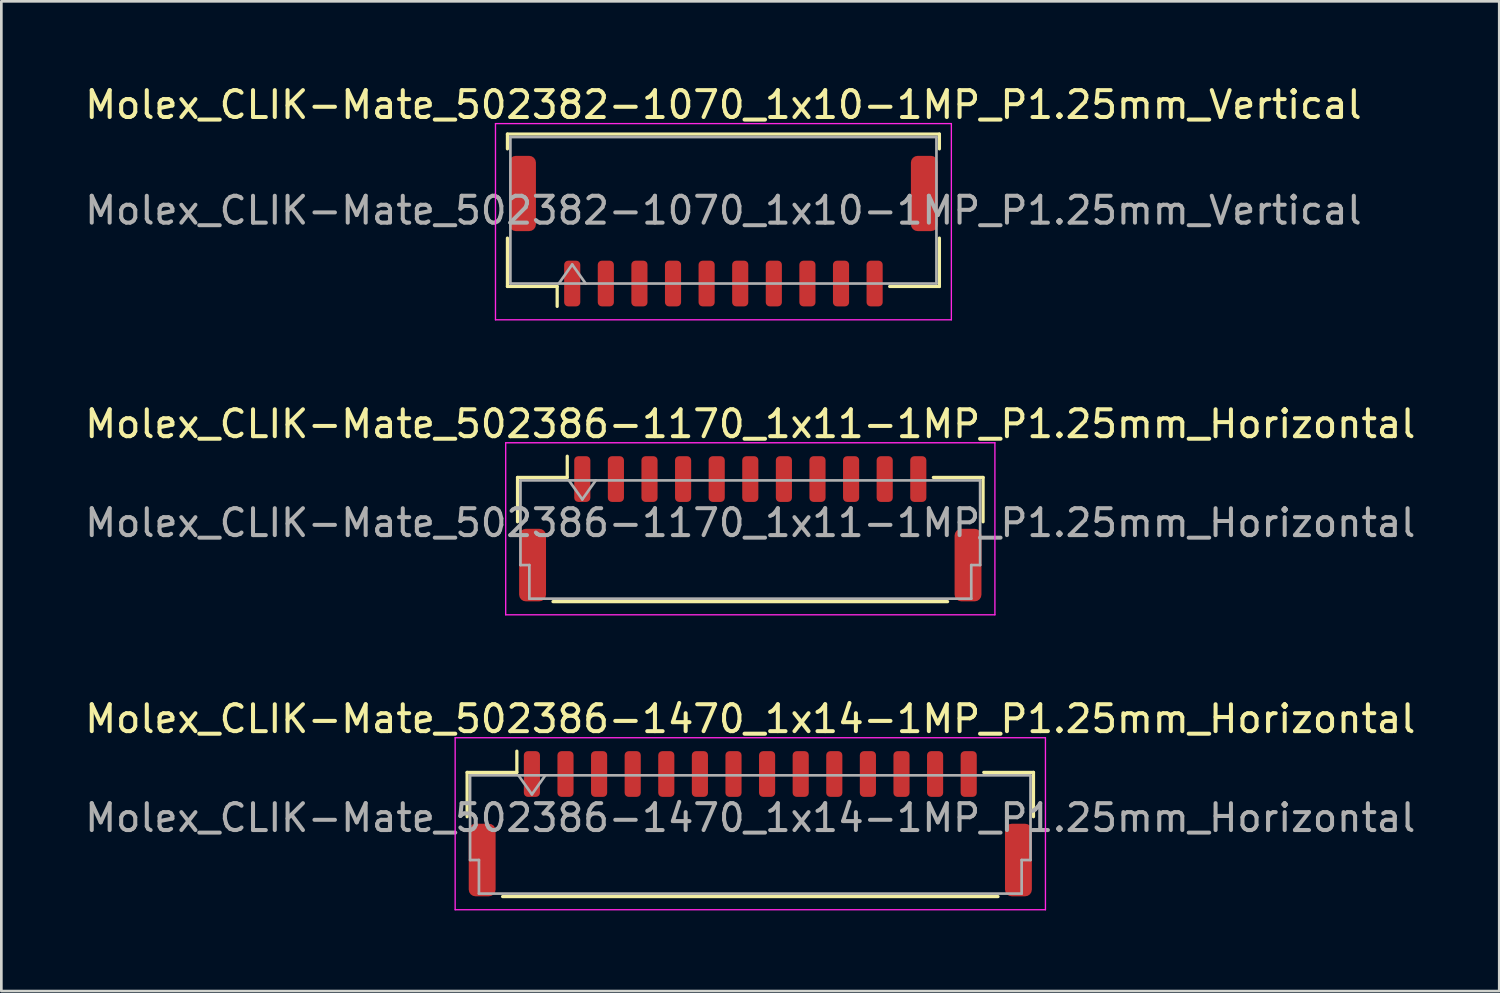
<source format=kicad_pcb>
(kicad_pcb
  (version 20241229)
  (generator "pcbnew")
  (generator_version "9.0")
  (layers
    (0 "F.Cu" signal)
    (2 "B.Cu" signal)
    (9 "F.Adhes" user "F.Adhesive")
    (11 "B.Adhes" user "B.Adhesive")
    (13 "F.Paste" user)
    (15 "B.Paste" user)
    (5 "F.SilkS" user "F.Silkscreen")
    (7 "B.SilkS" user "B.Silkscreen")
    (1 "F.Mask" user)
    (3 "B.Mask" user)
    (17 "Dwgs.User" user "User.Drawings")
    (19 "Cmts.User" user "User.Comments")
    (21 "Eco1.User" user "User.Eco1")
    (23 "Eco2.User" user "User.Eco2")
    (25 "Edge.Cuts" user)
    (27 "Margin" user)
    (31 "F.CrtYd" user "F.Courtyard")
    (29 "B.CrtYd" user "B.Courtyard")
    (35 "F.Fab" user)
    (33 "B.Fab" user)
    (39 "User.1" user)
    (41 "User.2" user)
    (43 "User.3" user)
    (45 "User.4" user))
  (footprint "Molex_CLIK-Mate_502382-1070_1x10-1MP_P1.25mm_Vertical"
    (layer "F.Cu")
    (at 23.863 5.548)
    (property "Reference" "Molex_CLIK-Mate_502382-1070_1x10-1MP_P1.25mm_Vertical" (at 0 -4.7 0) (layer "F.SilkS") (effects (font (size 1 1) (thickness 0.15))))
    (attr smd)
    (fp_line (start -8.035 -3.61) (end 8.035 -3.61) (stroke (width 0.12) (type solid)) (layer "F.SilkS"))
    (fp_line (start -8.035 -3.06) (end -8.035 -3.61) (stroke (width 0.12) (type solid)) (layer "F.SilkS"))
    (fp_line (start -8.035 0.26) (end -8.035 2.06) (stroke (width 0.12) (type solid)) (layer "F.SilkS"))
    (fp_line (start -8.035 2.06) (end -6.185 2.06) (stroke (width 0.12) (type solid)) (layer "F.SilkS"))
    (fp_line (start -6.185 2.06) (end -6.185 2.8) (stroke (width 0.12) (type solid)) (layer "F.SilkS"))
    (fp_line (start 8.035 -3.61) (end 8.035 -3.06) (stroke (width 0.12) (type solid)) (layer "F.SilkS"))
    (fp_line (start 8.035 0.26) (end 8.035 2.06) (stroke (width 0.12) (type solid)) (layer "F.SilkS"))
    (fp_line (start 8.035 2.06) (end 6.185 2.06) (stroke (width 0.12) (type solid)) (layer "F.SilkS"))
    (fp_line (start -8.48 -4) (end -8.48 3.3) (stroke (width 0.05) (type solid)) (layer "F.CrtYd"))
    (fp_line (start -8.48 3.3) (end 8.48 3.3) (stroke (width 0.05) (type solid)) (layer "F.CrtYd"))
    (fp_line (start 8.48 -4) (end -8.48 -4) (stroke (width 0.05) (type solid)) (layer "F.CrtYd"))
    (fp_line (start 8.48 3.3) (end 8.48 -4) (stroke (width 0.05) (type solid)) (layer "F.CrtYd"))
    (fp_line (start -7.925 -3.5) (end 7.925 -3.5) (stroke (width 0.1) (type solid)) (layer "F.Fab"))
    (fp_line (start -7.925 1.95) (end -7.925 -3.5) (stroke (width 0.1) (type solid)) (layer "F.Fab"))
    (fp_line (start -7.925 1.95) (end 7.925 1.95) (stroke (width 0.1) (type solid)) (layer "F.Fab"))
    (fp_line (start -6.125 1.95) (end -5.625 1.243) (stroke (width 0.1) (type solid)) (layer "F.Fab"))
    (fp_line (start -5.625 1.243) (end -5.125 1.95) (stroke (width 0.1) (type solid)) (layer "F.Fab"))
    (fp_line (start 7.925 1.95) (end 7.925 -3.5) (stroke (width 0.1) (type solid)) (layer "F.Fab"))
    (fp_text user "${REFERENCE}" (at 0 -0.77 0) (layer "F.Fab") (effects (font (size 1 1) (thickness 0.15))))
    (pad "1" smd roundrect (at -5.625 1.95) (size 0.6 1.7) (layers "F.Cu" "F.Mask" "F.Paste") (roundrect_rratio 0.25))
    (pad "2" smd roundrect (at -4.375 1.95) (size 0.6 1.7) (layers "F.Cu" "F.Mask" "F.Paste") (roundrect_rratio 0.25))
    (pad "3" smd roundrect (at -3.125 1.95) (size 0.6 1.7) (layers "F.Cu" "F.Mask" "F.Paste") (roundrect_rratio 0.25))
    (pad "4" smd roundrect (at -1.875 1.95) (size 0.6 1.7) (layers "F.Cu" "F.Mask" "F.Paste") (roundrect_rratio 0.25))
    (pad "5" smd roundrect (at -0.625 1.95) (size 0.6 1.7) (layers "F.Cu" "F.Mask" "F.Paste") (roundrect_rratio 0.25))
    (pad "6" smd roundrect (at 0.625 1.95) (size 0.6 1.7) (layers "F.Cu" "F.Mask" "F.Paste") (roundrect_rratio 0.25))
    (pad "7" smd roundrect (at 1.875 1.95) (size 0.6 1.7) (layers "F.Cu" "F.Mask" "F.Paste") (roundrect_rratio 0.25))
    (pad "8" smd roundrect (at 3.125 1.95) (size 0.6 1.7) (layers "F.Cu" "F.Mask" "F.Paste") (roundrect_rratio 0.25))
    (pad "9" smd roundrect (at 4.375 1.95) (size 0.6 1.7) (layers "F.Cu" "F.Mask" "F.Paste") (roundrect_rratio 0.25))
    (pad "10" smd roundrect (at 5.625 1.95) (size 0.6 1.7) (layers "F.Cu" "F.Mask" "F.Paste") (roundrect_rratio 0.25))
    (pad "MP" smd roundrect (at -7.475 -1.4) (size 1 2.8) (layers "F.Cu" "F.Mask" "F.Paste") (roundrect_rratio 0.25))
    (pad "MP" smd roundrect (at 7.475 -1.4) (size 1 2.8) (layers "F.Cu" "F.Mask" "F.Paste") (roundrect_rratio 0.25)))
  (footprint "Molex_CLIK-Mate_502386-1170_1x11-1MP_P1.25mm_Horizontal"
    (layer "F.Cu")
    (at 24.863 16.622)
    (property "Reference" "Molex_CLIK-Mate_502386-1170_1x11-1MP_P1.25mm_Horizontal" (at 0 -3.9 0) (layer "F.SilkS") (effects (font (size 1 1) (thickness 0.15))))
    (attr smd)
    (fp_line (start -8.66 -1.91) (end -6.81 -1.91) (stroke (width 0.12) (type solid)) (layer "F.SilkS"))
    (fp_line (start -8.66 -0.26) (end -8.66 -1.91) (stroke (width 0.12) (type solid)) (layer "F.SilkS"))
    (fp_line (start -7.34 2.71) (end 7.34 2.71) (stroke (width 0.12) (type solid)) (layer "F.SilkS"))
    (fp_line (start -6.81 -1.91) (end -6.81 -2.7) (stroke (width 0.12) (type solid)) (layer "F.SilkS"))
    (fp_line (start 8.66 -1.91) (end 6.81 -1.91) (stroke (width 0.12) (type solid)) (layer "F.SilkS"))
    (fp_line (start 8.66 -0.26) (end 8.66 -1.91) (stroke (width 0.12) (type solid)) (layer "F.SilkS"))
    (fp_line (start -9.1 -3.2) (end -9.1 3.2) (stroke (width 0.05) (type solid)) (layer "F.CrtYd"))
    (fp_line (start -9.1 3.2) (end 9.1 3.2) (stroke (width 0.05) (type solid)) (layer "F.CrtYd"))
    (fp_line (start 9.1 -3.2) (end -9.1 -3.2) (stroke (width 0.05) (type solid)) (layer "F.CrtYd"))
    (fp_line (start 9.1 3.2) (end 9.1 -3.2) (stroke (width 0.05) (type solid)) (layer "F.CrtYd"))
    (fp_line (start -8.55 -1.8) (end -8.55 1.35) (stroke (width 0.1) (type solid)) (layer "F.Fab"))
    (fp_line (start -8.55 -1.8) (end 8.55 -1.8) (stroke (width 0.1) (type solid)) (layer "F.Fab"))
    (fp_line (start -8.55 1.35) (end -8.22 1.35) (stroke (width 0.1) (type solid)) (layer "F.Fab"))
    (fp_line (start -8.22 1.35) (end -8.22 2.6) (stroke (width 0.1) (type solid)) (layer "F.Fab"))
    (fp_line (start -8.22 2.6) (end 8.22 2.6) (stroke (width 0.1) (type solid)) (layer "F.Fab"))
    (fp_line (start -6.75 -1.8) (end -6.25 -1.093) (stroke (width 0.1) (type solid)) (layer "F.Fab"))
    (fp_line (start -6.25 -1.093) (end -5.75 -1.8) (stroke (width 0.1) (type solid)) (layer "F.Fab"))
    (fp_line (start 8.22 1.35) (end 8.55 1.35) (stroke (width 0.1) (type solid)) (layer "F.Fab"))
    (fp_line (start 8.22 2.6) (end 8.22 1.35) (stroke (width 0.1) (type solid)) (layer "F.Fab"))
    (fp_line (start 8.55 -1.8) (end 8.55 1.35) (stroke (width 0.1) (type solid)) (layer "F.Fab"))
    (fp_text user "${REFERENCE}" (at 0 -0.22 0) (layer "F.Fab") (effects (font (size 1 1) (thickness 0.15))))
    (pad "1" smd roundrect (at -6.25 -1.85) (size 0.6 1.7) (layers "F.Cu" "F.Mask" "F.Paste") (roundrect_rratio 0.25))
    (pad "2" smd roundrect (at -5 -1.85) (size 0.6 1.7) (layers "F.Cu" "F.Mask" "F.Paste") (roundrect_rratio 0.25))
    (pad "3" smd roundrect (at -3.75 -1.85) (size 0.6 1.7) (layers "F.Cu" "F.Mask" "F.Paste") (roundrect_rratio 0.25))
    (pad "4" smd roundrect (at -2.5 -1.85) (size 0.6 1.7) (layers "F.Cu" "F.Mask" "F.Paste") (roundrect_rratio 0.25))
    (pad "5" smd roundrect (at -1.25 -1.85) (size 0.6 1.7) (layers "F.Cu" "F.Mask" "F.Paste") (roundrect_rratio 0.25))
    (pad "6" smd roundrect (at 0 -1.85) (size 0.6 1.7) (layers "F.Cu" "F.Mask" "F.Paste") (roundrect_rratio 0.25))
    (pad "7" smd roundrect (at 1.25 -1.85) (size 0.6 1.7) (layers "F.Cu" "F.Mask" "F.Paste") (roundrect_rratio 0.25))
    (pad "8" smd roundrect (at 2.5 -1.85) (size 0.6 1.7) (layers "F.Cu" "F.Mask" "F.Paste") (roundrect_rratio 0.25))
    (pad "9" smd roundrect (at 3.75 -1.85) (size 0.6 1.7) (layers "F.Cu" "F.Mask" "F.Paste") (roundrect_rratio 0.25))
    (pad "10" smd roundrect (at 5 -1.85) (size 0.6 1.7) (layers "F.Cu" "F.Mask" "F.Paste") (roundrect_rratio 0.25))
    (pad "11" smd roundrect (at 6.25 -1.85) (size 0.6 1.7) (layers "F.Cu" "F.Mask" "F.Paste") (roundrect_rratio 0.25))
    (pad "MP" smd roundrect (at -8.1 1.35) (size 1 2.7) (layers "F.Cu" "F.Mask" "F.Paste") (roundrect_rratio 0.25))
    (pad "MP" smd roundrect (at 8.1 1.35) (size 1 2.7) (layers "F.Cu" "F.Mask" "F.Paste") (roundrect_rratio 0.25)))
  (footprint "Molex_CLIK-Mate_502386-1470_1x14-1MP_P1.25mm_Horizontal"
    (layer "F.Cu")
    (at 24.863 27.595)
    (property "Reference" "Molex_CLIK-Mate_502386-1470_1x14-1MP_P1.25mm_Horizontal" (at 0 -3.9 0) (layer "F.SilkS") (effects (font (size 1 1) (thickness 0.15))))
    (attr smd)
    (fp_line (start -10.535 -1.91) (end -8.685 -1.91) (stroke (width 0.12) (type solid)) (layer "F.SilkS"))
    (fp_line (start -10.535 -0.26) (end -10.535 -1.91) (stroke (width 0.12) (type solid)) (layer "F.SilkS"))
    (fp_line (start -9.215 2.71) (end 9.215 2.71) (stroke (width 0.12) (type solid)) (layer "F.SilkS"))
    (fp_line (start -8.685 -1.91) (end -8.685 -2.7) (stroke (width 0.12) (type solid)) (layer "F.SilkS"))
    (fp_line (start 10.535 -1.91) (end 8.685 -1.91) (stroke (width 0.12) (type solid)) (layer "F.SilkS"))
    (fp_line (start 10.535 -0.26) (end 10.535 -1.91) (stroke (width 0.12) (type solid)) (layer "F.SilkS"))
    (fp_line (start -10.98 -3.2) (end -10.98 3.2) (stroke (width 0.05) (type solid)) (layer "F.CrtYd"))
    (fp_line (start -10.98 3.2) (end 10.98 3.2) (stroke (width 0.05) (type solid)) (layer "F.CrtYd"))
    (fp_line (start 10.98 -3.2) (end -10.98 -3.2) (stroke (width 0.05) (type solid)) (layer "F.CrtYd"))
    (fp_line (start 10.98 3.2) (end 10.98 -3.2) (stroke (width 0.05) (type solid)) (layer "F.CrtYd"))
    (fp_line (start -10.425 -1.8) (end -10.425 1.35) (stroke (width 0.1) (type solid)) (layer "F.Fab"))
    (fp_line (start -10.425 -1.8) (end 10.425 -1.8) (stroke (width 0.1) (type solid)) (layer "F.Fab"))
    (fp_line (start -10.425 1.35) (end -10.095 1.35) (stroke (width 0.1) (type solid)) (layer "F.Fab"))
    (fp_line (start -10.095 1.35) (end -10.095 2.6) (stroke (width 0.1) (type solid)) (layer "F.Fab"))
    (fp_line (start -10.095 2.6) (end 10.095 2.6) (stroke (width 0.1) (type solid)) (layer "F.Fab"))
    (fp_line (start -8.625 -1.8) (end -8.125 -1.093) (stroke (width 0.1) (type solid)) (layer "F.Fab"))
    (fp_line (start -8.125 -1.093) (end -7.625 -1.8) (stroke (width 0.1) (type solid)) (layer "F.Fab"))
    (fp_line (start 10.095 1.35) (end 10.425 1.35) (stroke (width 0.1) (type solid)) (layer "F.Fab"))
    (fp_line (start 10.095 2.6) (end 10.095 1.35) (stroke (width 0.1) (type solid)) (layer "F.Fab"))
    (fp_line (start 10.425 -1.8) (end 10.425 1.35) (stroke (width 0.1) (type solid)) (layer "F.Fab"))
    (fp_text user "${REFERENCE}" (at 0 -0.22 0) (layer "F.Fab") (effects (font (size 1 1) (thickness 0.15))))
    (pad "1" smd roundrect (at -8.125 -1.85) (size 0.6 1.7) (layers "F.Cu" "F.Mask" "F.Paste") (roundrect_rratio 0.25))
    (pad "2" smd roundrect (at -6.875 -1.85) (size 0.6 1.7) (layers "F.Cu" "F.Mask" "F.Paste") (roundrect_rratio 0.25))
    (pad "3" smd roundrect (at -5.625 -1.85) (size 0.6 1.7) (layers "F.Cu" "F.Mask" "F.Paste") (roundrect_rratio 0.25))
    (pad "4" smd roundrect (at -4.375 -1.85) (size 0.6 1.7) (layers "F.Cu" "F.Mask" "F.Paste") (roundrect_rratio 0.25))
    (pad "5" smd roundrect (at -3.125 -1.85) (size 0.6 1.7) (layers "F.Cu" "F.Mask" "F.Paste") (roundrect_rratio 0.25))
    (pad "6" smd roundrect (at -1.875 -1.85) (size 0.6 1.7) (layers "F.Cu" "F.Mask" "F.Paste") (roundrect_rratio 0.25))
    (pad "7" smd roundrect (at -0.625 -1.85) (size 0.6 1.7) (layers "F.Cu" "F.Mask" "F.Paste") (roundrect_rratio 0.25))
    (pad "8" smd roundrect (at 0.625 -1.85) (size 0.6 1.7) (layers "F.Cu" "F.Mask" "F.Paste") (roundrect_rratio 0.25))
    (pad "9" smd roundrect (at 1.875 -1.85) (size 0.6 1.7) (layers "F.Cu" "F.Mask" "F.Paste") (roundrect_rratio 0.25))
    (pad "10" smd roundrect (at 3.125 -1.85) (size 0.6 1.7) (layers "F.Cu" "F.Mask" "F.Paste") (roundrect_rratio 0.25))
    (pad "11" smd roundrect (at 4.375 -1.85) (size 0.6 1.7) (layers "F.Cu" "F.Mask" "F.Paste") (roundrect_rratio 0.25))
    (pad "12" smd roundrect (at 5.625 -1.85) (size 0.6 1.7) (layers "F.Cu" "F.Mask" "F.Paste") (roundrect_rratio 0.25))
    (pad "13" smd roundrect (at 6.875 -1.85) (size 0.6 1.7) (layers "F.Cu" "F.Mask" "F.Paste") (roundrect_rratio 0.25))
    (pad "14" smd roundrect (at 8.125 -1.85) (size 0.6 1.7) (layers "F.Cu" "F.Mask" "F.Paste") (roundrect_rratio 0.25))
    (pad "MP" smd roundrect (at -9.975 1.35) (size 1 2.7) (layers "F.Cu" "F.Mask" "F.Paste") (roundrect_rratio 0.25))
    (pad "MP" smd roundrect (at 9.975 1.35) (size 1 2.7) (layers "F.Cu" "F.Mask" "F.Paste") (roundrect_rratio 0.25)))
  (gr_rect
    (start -3 -3)
    (end 52.726 33.82)
    (stroke (width 0.1) (type default))
    (fill no)
    (layer "Edge.Cuts")))
</source>
